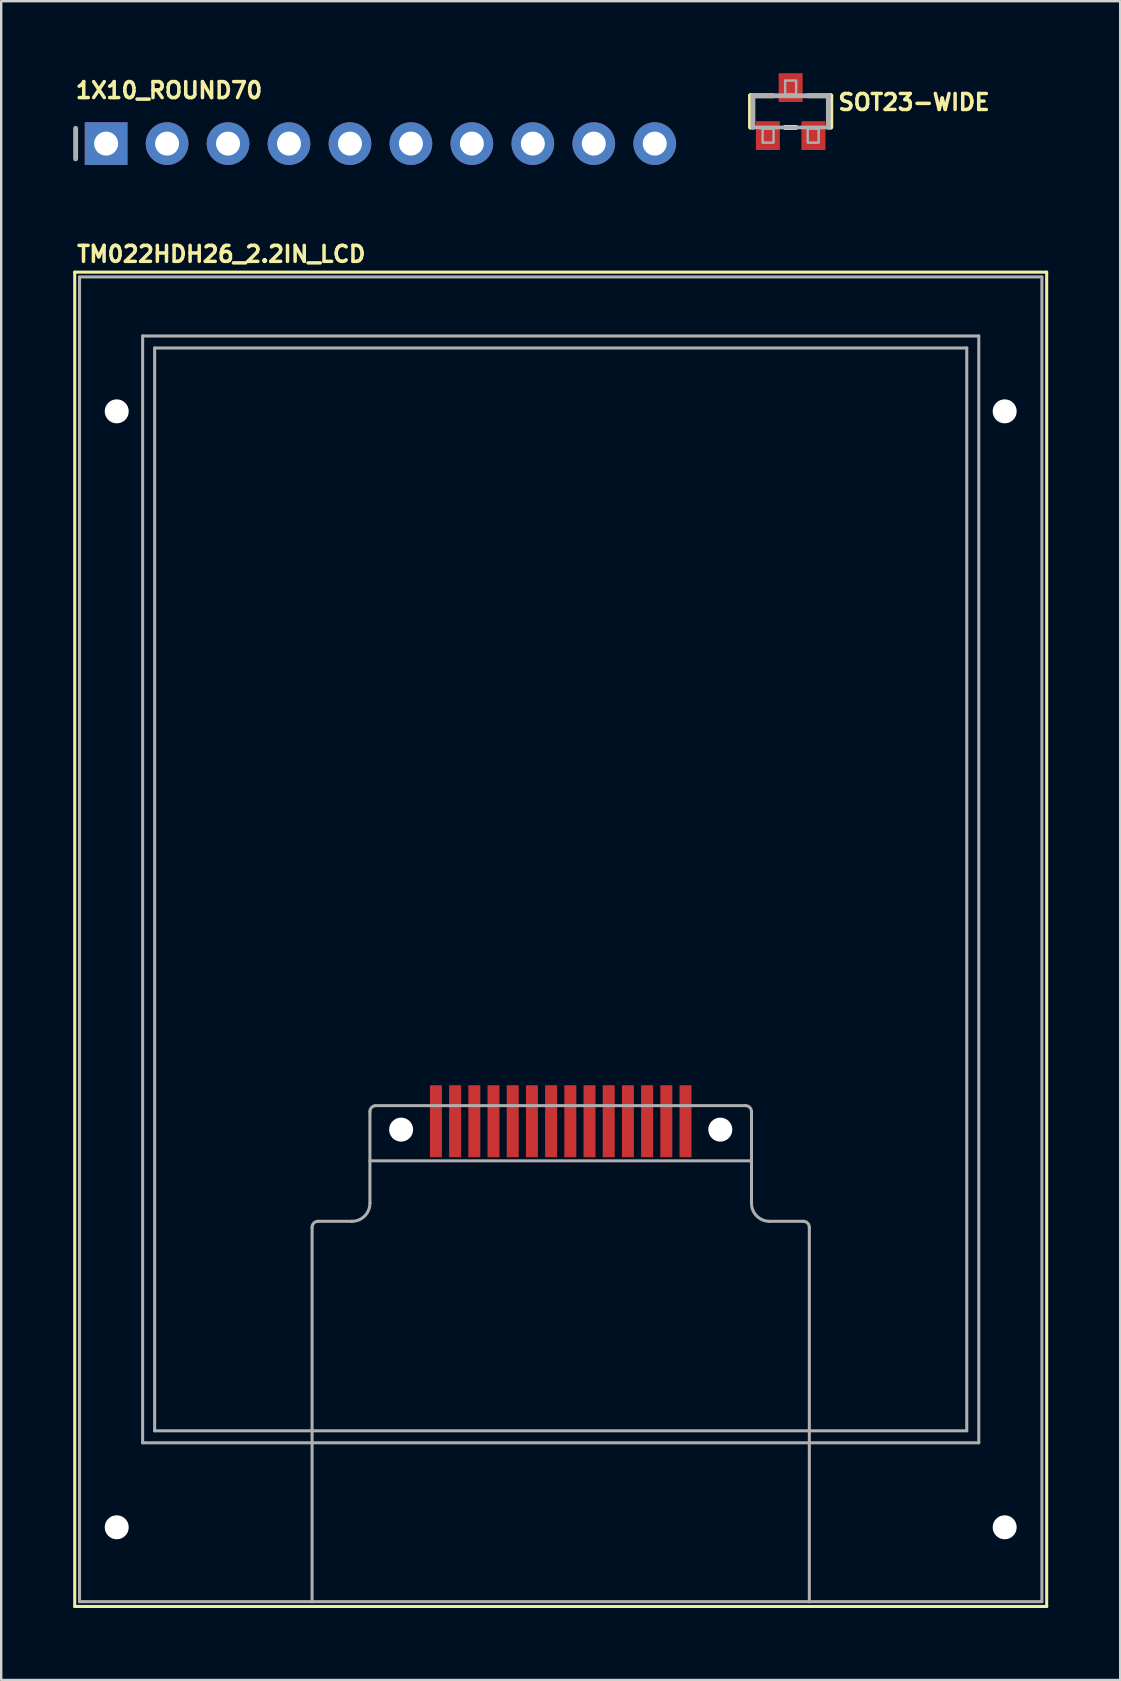
<source format=kicad_pcb>
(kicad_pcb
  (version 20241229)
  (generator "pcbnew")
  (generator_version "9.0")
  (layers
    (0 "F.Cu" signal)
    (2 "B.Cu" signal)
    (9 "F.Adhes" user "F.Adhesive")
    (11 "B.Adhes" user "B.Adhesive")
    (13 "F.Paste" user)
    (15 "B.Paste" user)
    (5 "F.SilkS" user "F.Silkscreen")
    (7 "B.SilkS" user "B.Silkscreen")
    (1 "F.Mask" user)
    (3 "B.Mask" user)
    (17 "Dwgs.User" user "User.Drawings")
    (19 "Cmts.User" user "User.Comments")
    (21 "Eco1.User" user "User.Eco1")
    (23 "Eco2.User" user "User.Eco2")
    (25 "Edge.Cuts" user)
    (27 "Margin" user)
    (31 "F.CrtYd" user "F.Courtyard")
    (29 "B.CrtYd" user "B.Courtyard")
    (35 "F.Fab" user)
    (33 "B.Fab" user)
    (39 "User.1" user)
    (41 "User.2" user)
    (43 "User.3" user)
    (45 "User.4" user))
  (footprint "SOT23-WIDE"
    (layer "F.Cu")
    (at 29.895 1.6)
    (property "Reference" "SOT23-WIDE" (at 1.905 0 0) (unlocked yes) (layer "F.SilkS") (effects (font (size 0.666 0.666) (thickness 0.146)) (justify left bottom)))
    (fp_line (start -1.672 -0.66) (end -0.714 -0.66) (stroke (width 0.203) (type solid)) (layer "F.SilkS"))
    (fp_line (start -1.672 0.652) (end -1.672 -0.66) (stroke (width 0.203) (type solid)) (layer "F.SilkS"))
    (fp_line (start 0.222 0.66) (end -0.236 0.66) (stroke (width 0.203) (type solid)) (layer "F.SilkS"))
    (fp_line (start 0.714 -0.66) (end 1.672 -0.66) (stroke (width 0.203) (type solid)) (layer "F.SilkS"))
    (fp_line (start 1.672 -0.66) (end 1.672 0.652) (stroke (width 0.203) (type solid)) (layer "F.SilkS"))
    (fp_line (start -1.572 -0.66) (end 1.572 -0.66) (stroke (width 0.203) (type solid)) (layer "F.Fab"))
    (fp_line (start -1.572 0.66) (end -1.572 -0.66) (stroke (width 0.203) (type solid)) (layer "F.Fab"))
    (fp_line (start 1.572 -0.66) (end 1.572 0.66) (stroke (width 0.203) (type solid)) (layer "F.Fab"))
    (fp_line (start 1.572 0.66) (end -1.572 0.66) (stroke (width 0.152) (type solid)) (layer "F.Fab"))
    (fp_poly (pts (xy -1.168 1.295) (xy -0.711 1.295) (xy -0.711 0.711) (xy -1.168 0.711)) (stroke (width 0.1) (type default)) (fill no) (layer "F.Fab"))
    (fp_poly (pts (xy -0.229 -0.711) (xy 0.229 -0.711) (xy 0.229 -1.295) (xy -0.229 -1.295)) (stroke (width 0.1) (type default)) (fill no) (layer "F.Fab"))
    (fp_poly (pts (xy 0.711 1.295) (xy 1.168 1.295) (xy 1.168 0.711) (xy 0.711 0.711)) (stroke (width 0.1) (type default)) (fill no) (layer "F.Fab"))
    (pad "1" smd rect (at -0.95 1) (size 1 1.2) (layers "F.Cu" "F.Mask" "F.Paste"))
    (pad "2" smd rect (at 0.95 1) (size 1 1.2) (layers "F.Cu" "F.Mask" "F.Paste"))
    (pad "3" smd rect (at 0 -1) (size 1 1.2) (layers "F.Cu" "F.Mask" "F.Paste")))
  (footprint "1X10_ROUND70"
    (layer "F.Cu")
    (at 12.802 2.934)
    (property "Reference" "1X10_ROUND70" (at -12.776 -1.829 0) (unlocked yes) (layer "F.SilkS") (effects (font (size 0.666 0.666) (thickness 0.146)) (justify left bottom)))
    (fp_line (start -12.7 -0.635) (end -12.7 0.635) (stroke (width 0.203) (type solid)) (layer "F.Fab"))
    (fp_poly (pts (xy -11.684 0.254) (xy -11.176 0.254) (xy -11.176 -0.254) (xy -11.684 -0.254)) (stroke (width 0.1) (type default)) (fill no) (layer "F.Fab"))
    (fp_poly (pts (xy -9.144 0.254) (xy -8.636 0.254) (xy -8.636 -0.254) (xy -9.144 -0.254)) (stroke (width 0.1) (type default)) (fill no) (layer "F.Fab"))
    (fp_poly (pts (xy -6.604 0.254) (xy -6.096 0.254) (xy -6.096 -0.254) (xy -6.604 -0.254)) (stroke (width 0.1) (type default)) (fill no) (layer "F.Fab"))
    (fp_poly (pts (xy -4.064 0.254) (xy -3.556 0.254) (xy -3.556 -0.254) (xy -4.064 -0.254)) (stroke (width 0.1) (type default)) (fill no) (layer "F.Fab"))
    (fp_poly (pts (xy -1.524 0.254) (xy -1.016 0.254) (xy -1.016 -0.254) (xy -1.524 -0.254)) (stroke (width 0.1) (type default)) (fill no) (layer "F.Fab"))
    (fp_poly (pts (xy 1.016 0.254) (xy 1.524 0.254) (xy 1.524 -0.254) (xy 1.016 -0.254)) (stroke (width 0.1) (type default)) (fill no) (layer "F.Fab"))
    (fp_poly (pts (xy 3.556 0.254) (xy 4.064 0.254) (xy 4.064 -0.254) (xy 3.556 -0.254)) (stroke (width 0.1) (type default)) (fill no) (layer "F.Fab"))
    (fp_poly (pts (xy 6.096 0.254) (xy 6.604 0.254) (xy 6.604 -0.254) (xy 6.096 -0.254)) (stroke (width 0.1) (type default)) (fill no) (layer "F.Fab"))
    (fp_poly (pts (xy 8.636 0.254) (xy 9.144 0.254) (xy 9.144 -0.254) (xy 8.636 -0.254)) (stroke (width 0.1) (type default)) (fill no) (layer "F.Fab"))
    (fp_poly (pts (xy 11.176 0.254) (xy 11.684 0.254) (xy 11.684 -0.254) (xy 11.176 -0.254)) (stroke (width 0.1) (type default)) (fill no) (layer "F.Fab"))
    (pad "1" thru_hole rect (at -11.43 0 90) (size 1.778 1.778) (drill 1) (layers "*.Cu" "*.Mask"))
    (pad "2" thru_hole circle (at -8.89 0 90) (size 1.778 1.778) (drill 1) (layers "*.Cu" "*.Mask"))
    (pad "3" thru_hole circle (at -6.35 0 90) (size 1.778 1.778) (drill 1) (layers "*.Cu" "*.Mask"))
    (pad "4" thru_hole circle (at -3.81 0 90) (size 1.778 1.778) (drill 1) (layers "*.Cu" "*.Mask"))
    (pad "5" thru_hole circle (at -1.27 0 90) (size 1.778 1.778) (drill 1) (layers "*.Cu" "*.Mask"))
    (pad "6" thru_hole circle (at 1.27 0 90) (size 1.778 1.778) (drill 1) (layers "*.Cu" "*.Mask"))
    (pad "7" thru_hole circle (at 3.81 0 90) (size 1.778 1.778) (drill 1) (layers "*.Cu" "*.Mask"))
    (pad "8" thru_hole circle (at 6.35 0 90) (size 1.778 1.778) (drill 1) (layers "*.Cu" "*.Mask"))
    (pad "9" thru_hole circle (at 8.89 0 90) (size 1.778 1.778) (drill 1) (layers "*.Cu" "*.Mask"))
    (pad "10" thru_hole circle (at 11.43 0 90) (size 1.778 1.778) (drill 1) (layers "*.Cu" "*.Mask")))
  (footprint "TM022HDH26_2.2IN_LCD"
    (layer "F.Cu")
    (at 20.314 34.01)
    (property "Reference" "TM022HDH26_2.2IN_LCD" (at -20.233 -26.081 0) (unlocked yes) (layer "F.SilkS") (effects (font (size 0.666 0.666) (thickness 0.146)) (justify left bottom)))
    (fp_line (start -20.25 -25.72) (end 20.25 -25.72) (stroke (width 0.127) (type solid)) (layer "F.SilkS"))
    (fp_line (start -20.25 29.88) (end -20.25 -25.72) (stroke (width 0.127) (type solid)) (layer "F.SilkS"))
    (fp_line (start 20.25 -25.72) (end 20.25 29.88) (stroke (width 0.127) (type solid)) (layer "F.SilkS"))
    (fp_line (start 20.25 29.88) (end -20.25 29.88) (stroke (width 0.127) (type solid)) (layer "F.SilkS"))
    (fp_line (start -20.05 -25.52) (end 20.05 -25.52) (stroke (width 0.127) (type solid)) (layer "F.Fab"))
    (fp_line (start -20.05 29.68) (end -20.05 -25.52) (stroke (width 0.127) (type solid)) (layer "F.Fab"))
    (fp_line (start -17.42 -23.06) (end 17.42 -23.06) (stroke (width 0.127) (type solid)) (layer "F.Fab"))
    (fp_line (start -17.42 23.06) (end -17.42 -23.06) (stroke (width 0.127) (type solid)) (layer "F.Fab"))
    (fp_line (start -16.92 -22.56) (end 16.92 -22.56) (stroke (width 0.127) (type solid)) (layer "F.Fab"))
    (fp_line (start -16.92 22.56) (end -16.92 -22.56) (stroke (width 0.127) (type solid)) (layer "F.Fab"))
    (fp_line (start -10.36 14.08) (end -10.36 29.68) (stroke (width 0.127) (type solid)) (layer "F.Fab"))
    (fp_line (start -10.36 29.68) (end -20.05 29.68) (stroke (width 0.127) (type solid)) (layer "F.Fab"))
    (fp_line (start -8.7 13.83) (end -10.11 13.83) (stroke (width 0.127) (type solid)) (layer "F.Fab"))
    (fp_line (start -8.69 13.83) (end -8.7 13.83) (stroke (width 0.127) (type solid)) (layer "F.Fab"))
    (fp_line (start -7.95 9.26) (end -7.95 13.08) (stroke (width 0.127) (type solid)) (layer "F.Fab"))
    (fp_line (start 7.7 9.01) (end -7.7 9.01) (stroke (width 0.127) (type solid)) (layer "F.Fab"))
    (fp_line (start 7.95 9.26) (end 7.95 13.08) (stroke (width 0.127) (type solid)) (layer "F.Fab"))
    (fp_line (start 7.95 11.31) (end -7.95 11.31) (stroke (width 0.127) (type solid)) (layer "F.Fab"))
    (fp_line (start 10.11 13.83) (end 8.7 13.83) (stroke (width 0.127) (type solid)) (layer "F.Fab"))
    (fp_line (start 10.36 29.68) (end -10.36 29.68) (stroke (width 0.127) (type solid)) (layer "F.Fab"))
    (fp_line (start 10.36 29.68) (end 10.36 14.08) (stroke (width 0.127) (type solid)) (layer "F.Fab"))
    (fp_line (start 16.92 -22.56) (end 16.92 22.56) (stroke (width 0.127) (type solid)) (layer "F.Fab"))
    (fp_line (start 16.92 22.56) (end -16.92 22.56) (stroke (width 0.127) (type solid)) (layer "F.Fab"))
    (fp_line (start 17.42 -23.06) (end 17.42 23.06) (stroke (width 0.127) (type solid)) (layer "F.Fab"))
    (fp_line (start 17.42 23.06) (end -17.42 23.06) (stroke (width 0.127) (type solid)) (layer "F.Fab"))
    (fp_line (start 20.05 -25.52) (end 20.05 29.68) (stroke (width 0.127) (type solid)) (layer "F.Fab"))
    (fp_line (start 20.05 29.68) (end 10.36 29.68) (stroke (width 0.127) (type solid)) (layer "F.Fab"))
    (fp_arc (start -10.36 14.08) (mid -10.286777 13.903223) (end -10.11 13.83) (stroke (width 0.127) (type solid)) (layer "F.Fab"))
    (fp_arc (start -7.95 9.26) (mid -7.876777 9.083223) (end -7.7 9.01) (stroke (width 0.127) (type solid)) (layer "F.Fab"))
    (fp_arc (start -7.95 13.08) (mid -8.16967 13.61033) (end -8.7 13.83) (stroke (width 0.127) (type solid)) (layer "F.Fab"))
    (fp_arc (start 7.7 9.01) (mid 7.876777 9.083223) (end 7.95 9.26) (stroke (width 0.127) (type solid)) (layer "F.Fab"))
    (fp_arc (start 8.7 13.83) (mid 8.16967 13.61033) (end 7.95 13.08) (stroke (width 0.127) (type solid)) (layer "F.Fab"))
    (fp_arc (start 10.11 13.83) (mid 10.286777 13.903223) (end 10.36 14.08) (stroke (width 0.127) (type solid)) (layer "F.Fab"))
    (pad "" np_thru_hole circle (at -18.5 -19.92) (size 1 1) (drill 1) (layers "*.Cu" "*.Mask"))
    (pad "" np_thru_hole circle (at -18.5 26.58) (size 1 1) (drill 1) (layers "*.Cu" "*.Mask"))
    (pad "" np_thru_hole circle (at -6.65 10.01) (size 1 1) (drill 1) (layers "*.Cu" "*.Mask"))
    (pad "" np_thru_hole circle (at 6.65 10.01) (size 1 1) (drill 1) (layers "*.Cu" "*.Mask"))
    (pad "" np_thru_hole circle (at 18.5 -19.92) (size 1 1) (drill 1) (layers "*.Cu" "*.Mask"))
    (pad "" np_thru_hole circle (at 18.5 26.58) (size 1 1) (drill 1) (layers "*.Cu" "*.Mask"))
    (pad "1" smd rect (at -5.2 9.66) (size 0.5 3) (layers "F.Cu" "F.Mask" "F.Paste"))
    (pad "2" smd rect (at -4.4 9.66) (size 0.5 3) (layers "F.Cu" "F.Mask" "F.Paste"))
    (pad "3" smd rect (at -3.6 9.66) (size 0.5 3) (layers "F.Cu" "F.Mask" "F.Paste"))
    (pad "4" smd rect (at -2.8 9.66) (size 0.5 3) (layers "F.Cu" "F.Mask" "F.Paste"))
    (pad "5" smd rect (at -2 9.66) (size 0.5 3) (layers "F.Cu" "F.Mask" "F.Paste"))
    (pad "6" smd rect (at -1.2 9.66) (size 0.5 3) (layers "F.Cu" "F.Mask" "F.Paste"))
    (pad "7" smd rect (at -0.4 9.66) (size 0.5 3) (layers "F.Cu" "F.Mask" "F.Paste"))
    (pad "8" smd rect (at 0.4 9.66) (size 0.5 3) (layers "F.Cu" "F.Mask" "F.Paste"))
    (pad "9" smd rect (at 1.2 9.66) (size 0.5 3) (layers "F.Cu" "F.Mask" "F.Paste"))
    (pad "10" smd rect (at 2 9.66) (size 0.5 3) (layers "F.Cu" "F.Mask" "F.Paste"))
    (pad "11" smd rect (at 2.8 9.66) (size 0.5 3) (layers "F.Cu" "F.Mask" "F.Paste"))
    (pad "12" smd rect (at 3.6 9.66) (size 0.5 3) (layers "F.Cu" "F.Mask" "F.Paste"))
    (pad "13" smd rect (at 4.4 9.66) (size 0.5 3) (layers "F.Cu" "F.Mask" "F.Paste"))
    (pad "14" smd rect (at 5.2 9.66) (size 0.5 3) (layers "F.Cu" "F.Mask" "F.Paste")))
  (gr_rect
    (start -3 -3)
    (end 43.627 66.953)
    (stroke (width 0.1) (type default))
    (fill no)
    (layer "Edge.Cuts")))
</source>
